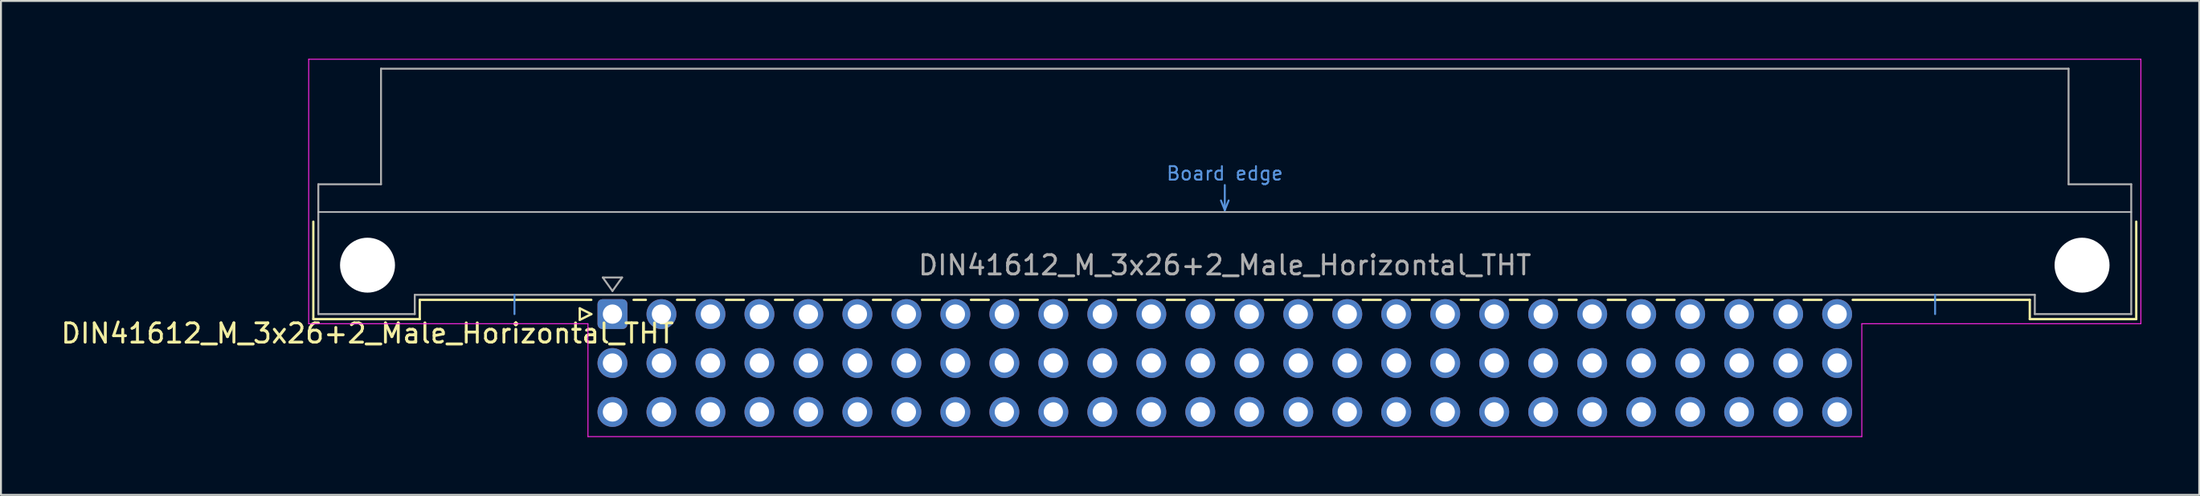
<source format=kicad_pcb>
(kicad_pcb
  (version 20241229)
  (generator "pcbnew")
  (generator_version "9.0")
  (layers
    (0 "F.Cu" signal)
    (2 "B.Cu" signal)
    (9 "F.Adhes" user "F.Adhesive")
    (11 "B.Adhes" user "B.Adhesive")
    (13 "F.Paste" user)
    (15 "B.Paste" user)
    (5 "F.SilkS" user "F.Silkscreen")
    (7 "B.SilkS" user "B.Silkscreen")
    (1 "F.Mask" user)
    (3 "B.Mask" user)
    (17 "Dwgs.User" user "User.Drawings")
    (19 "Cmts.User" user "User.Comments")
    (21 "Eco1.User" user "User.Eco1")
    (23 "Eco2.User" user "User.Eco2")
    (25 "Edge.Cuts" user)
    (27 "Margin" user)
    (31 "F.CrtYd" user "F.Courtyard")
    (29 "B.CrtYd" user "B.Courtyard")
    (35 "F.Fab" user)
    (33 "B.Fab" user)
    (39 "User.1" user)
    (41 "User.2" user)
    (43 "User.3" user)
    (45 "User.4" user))
  (footprint "DIN41612_M_3x26+2_Male_Horizontal_THT"
    (layer "F.Cu")
    (at 21.086 13.255)
    (property "Reference" "DIN41612_M_3x26+2_Male_Horizontal_THT" (at -5.08 1 0) (layer "F.SilkS") (effects (font (size 1 1) (thickness 0.15))))
    (attr through_hole)
    (fp_line (start -7.89 -4.8) (end -7.89 0.26) (stroke (width 0.12) (type solid)) (layer "F.SilkS"))
    (fp_line (start -7.89 0.26) (end -2.37 0.26) (stroke (width 0.12) (type solid)) (layer "F.SilkS"))
    (fp_line (start -2.37 -0.74) (end 6.525 -0.74) (stroke (width 0.12) (type solid)) (layer "F.SilkS"))
    (fp_line (start -2.37 0.26) (end -2.37 -0.74) (stroke (width 0.12) (type solid)) (layer "F.SilkS"))
    (fp_line (start 5.925 -0.3) (end 5.925 0.3) (stroke (width 0.12) (type solid)) (layer "F.SilkS"))
    (fp_line (start 5.925 0.3) (end 6.525 0) (stroke (width 0.12) (type solid)) (layer "F.SilkS"))
    (fp_line (start 6.525 0) (end 5.925 -0.3) (stroke (width 0.12) (type solid)) (layer "F.SilkS"))
    (fp_line (start 8.715 -0.74) (end 9.353 -0.74) (stroke (width 0.12) (type solid)) (layer "F.SilkS"))
    (fp_line (start 10.967 -0.74) (end 11.893 -0.74) (stroke (width 0.12) (type solid)) (layer "F.SilkS"))
    (fp_line (start 13.507 -0.74) (end 14.433 -0.74) (stroke (width 0.12) (type solid)) (layer "F.SilkS"))
    (fp_line (start 16.047 -0.74) (end 16.973 -0.74) (stroke (width 0.12) (type solid)) (layer "F.SilkS"))
    (fp_line (start 18.587 -0.74) (end 19.513 -0.74) (stroke (width 0.12) (type solid)) (layer "F.SilkS"))
    (fp_line (start 21.127 -0.74) (end 22.053 -0.74) (stroke (width 0.12) (type solid)) (layer "F.SilkS"))
    (fp_line (start 23.667 -0.74) (end 24.593 -0.74) (stroke (width 0.12) (type solid)) (layer "F.SilkS"))
    (fp_line (start 26.207 -0.74) (end 27.133 -0.74) (stroke (width 0.12) (type solid)) (layer "F.SilkS"))
    (fp_line (start 28.747 -0.74) (end 29.673 -0.74) (stroke (width 0.12) (type solid)) (layer "F.SilkS"))
    (fp_line (start 31.287 -0.74) (end 32.213 -0.74) (stroke (width 0.12) (type solid)) (layer "F.SilkS"))
    (fp_line (start 33.827 -0.74) (end 34.753 -0.74) (stroke (width 0.12) (type solid)) (layer "F.SilkS"))
    (fp_line (start 36.367 -0.74) (end 37.293 -0.74) (stroke (width 0.12) (type solid)) (layer "F.SilkS"))
    (fp_line (start 38.907 -0.74) (end 39.833 -0.74) (stroke (width 0.12) (type solid)) (layer "F.SilkS"))
    (fp_line (start 41.447 -0.74) (end 42.373 -0.74) (stroke (width 0.12) (type solid)) (layer "F.SilkS"))
    (fp_line (start 43.987 -0.74) (end 44.913 -0.74) (stroke (width 0.12) (type solid)) (layer "F.SilkS"))
    (fp_line (start 46.527 -0.74) (end 47.453 -0.74) (stroke (width 0.12) (type solid)) (layer "F.SilkS"))
    (fp_line (start 49.067 -0.74) (end 49.993 -0.74) (stroke (width 0.12) (type solid)) (layer "F.SilkS"))
    (fp_line (start 51.607 -0.74) (end 52.533 -0.74) (stroke (width 0.12) (type solid)) (layer "F.SilkS"))
    (fp_line (start 54.147 -0.74) (end 55.073 -0.74) (stroke (width 0.12) (type solid)) (layer "F.SilkS"))
    (fp_line (start 56.687 -0.74) (end 57.613 -0.74) (stroke (width 0.12) (type solid)) (layer "F.SilkS"))
    (fp_line (start 59.227 -0.74) (end 60.153 -0.74) (stroke (width 0.12) (type solid)) (layer "F.SilkS"))
    (fp_line (start 61.767 -0.74) (end 62.693 -0.74) (stroke (width 0.12) (type solid)) (layer "F.SilkS"))
    (fp_line (start 64.307 -0.74) (end 65.233 -0.74) (stroke (width 0.12) (type solid)) (layer "F.SilkS"))
    (fp_line (start 66.847 -0.74) (end 67.773 -0.74) (stroke (width 0.12) (type solid)) (layer "F.SilkS"))
    (fp_line (start 69.387 -0.74) (end 70.313 -0.74) (stroke (width 0.12) (type solid)) (layer "F.SilkS"))
    (fp_line (start 71.927 -0.74) (end 81.11 -0.74) (stroke (width 0.12) (type solid)) (layer "F.SilkS"))
    (fp_line (start 81.11 0.26) (end 81.11 -0.74) (stroke (width 0.12) (type solid)) (layer "F.SilkS"))
    (fp_line (start 86.63 -4.8) (end 86.63 0.26) (stroke (width 0.12) (type solid)) (layer "F.SilkS"))
    (fp_line (start 86.63 0.26) (end 81.11 0.26) (stroke (width 0.12) (type solid)) (layer "F.SilkS"))
    (fp_line (start -7.63 -5.3) (end 86.37 -5.3) (stroke (width 0.08) (type solid)) (layer "Dwgs.User"))
    (fp_line (start 2.54 0) (end 2.54 -1) (stroke (width 0.1) (type solid)) (layer "Cmts.User"))
    (fp_line (start 39.17 -5.9) (end 39.37 -5.4) (stroke (width 0.1) (type solid)) (layer "Cmts.User"))
    (fp_line (start 39.37 -5.4) (end 39.37 -6.7) (stroke (width 0.1) (type solid)) (layer "Cmts.User"))
    (fp_line (start 39.37 -5.4) (end 39.57 -5.9) (stroke (width 0.1) (type solid)) (layer "Cmts.User"))
    (fp_line (start 76.2 0) (end 76.2 -1) (stroke (width 0.1) (type solid)) (layer "Cmts.User"))
    (fp_line (start -8.13 -13.23) (end -8.13 0.5) (stroke (width 0.05) (type solid)) (layer "F.CrtYd"))
    (fp_line (start -8.13 0.5) (end 6.35 0.5) (stroke (width 0.05) (type solid)) (layer "F.CrtYd"))
    (fp_line (start 6.35 0.5) (end 6.35 6.36) (stroke (width 0.05) (type solid)) (layer "F.CrtYd"))
    (fp_line (start 6.35 6.36) (end 72.4 6.36) (stroke (width 0.05) (type solid)) (layer "F.CrtYd"))
    (fp_line (start 72.4 0.5) (end 86.87 0.5) (stroke (width 0.05) (type solid)) (layer "F.CrtYd"))
    (fp_line (start 72.4 6.36) (end 72.4 0.5) (stroke (width 0.05) (type solid)) (layer "F.CrtYd"))
    (fp_line (start 86.87 -13.23) (end -8.13 -13.23) (stroke (width 0.05) (type solid)) (layer "F.CrtYd"))
    (fp_line (start 86.87 0.5) (end 86.87 -13.23) (stroke (width 0.05) (type solid)) (layer "F.CrtYd"))
    (fp_line (start -7.63 -6.74) (end -7.63 0) (stroke (width 0.1) (type solid)) (layer "F.Fab"))
    (fp_line (start -7.63 0) (end -2.63 0) (stroke (width 0.1) (type solid)) (layer "F.Fab"))
    (fp_line (start -4.38 -12.74) (end -4.38 -6.74) (stroke (width 0.1) (type solid)) (layer "F.Fab"))
    (fp_line (start -4.38 -6.74) (end -7.63 -6.74) (stroke (width 0.1) (type solid)) (layer "F.Fab"))
    (fp_line (start -2.63 -1) (end 81.37 -1) (stroke (width 0.1) (type solid)) (layer "F.Fab"))
    (fp_line (start -2.63 0) (end -2.63 -1) (stroke (width 0.1) (type solid)) (layer "F.Fab"))
    (fp_line (start 7.12 -1.9) (end 8.12 -1.9) (stroke (width 0.1) (type solid)) (layer "F.Fab"))
    (fp_line (start 7.62 -1.2) (end 7.12 -1.9) (stroke (width 0.1) (type solid)) (layer "F.Fab"))
    (fp_line (start 8.12 -1.9) (end 7.62 -1.2) (stroke (width 0.1) (type solid)) (layer "F.Fab"))
    (fp_line (start 81.37 -1) (end 81.37 0) (stroke (width 0.1) (type solid)) (layer "F.Fab"))
    (fp_line (start 81.37 0) (end 86.37 0) (stroke (width 0.1) (type solid)) (layer "F.Fab"))
    (fp_line (start 83.12 -12.74) (end -4.38 -12.74) (stroke (width 0.1) (type solid)) (layer "F.Fab"))
    (fp_line (start 83.12 -6.74) (end 83.12 -12.74) (stroke (width 0.1) (type solid)) (layer "F.Fab"))
    (fp_line (start 86.37 -6.74) (end 83.12 -6.74) (stroke (width 0.1) (type solid)) (layer "F.Fab"))
    (fp_line (start 86.37 0) (end 86.37 -6.74) (stroke (width 0.1) (type solid)) (layer "F.Fab"))
    (fp_text user "Board edge" (at 39.37 -7.3 0) (layer "Cmts.User") (effects (font (size 0.7 0.7) (thickness 0.1))))
    (fp_text user "${REFERENCE}" (at 39.37 -2.54 0) (layer "F.Fab") (effects (font (size 1 1) (thickness 0.15))))
    (pad "" np_thru_hole circle (at -5.08 -2.54) (size 2.85 2.85) (drill 2.85) (layers "*.Cu" "*.Mask"))
    (pad "" np_thru_hole circle (at 83.82 -2.54) (size 2.85 2.85) (drill 2.85) (layers "*.Cu" "*.Mask"))
    (pad "a4" thru_hole roundrect (at 7.62 0) (size 1.55 1.55) (drill 1) (layers "*.Cu" "*.Mask") (roundrect_rratio 0.161))
    (pad "a5" thru_hole circle (at 10.16 0) (size 1.55 1.55) (drill 1) (layers "*.Cu" "*.Mask"))
    (pad "a6" thru_hole circle (at 12.7 0) (size 1.55 1.55) (drill 1) (layers "*.Cu" "*.Mask"))
    (pad "a7" thru_hole circle (at 15.24 0) (size 1.55 1.55) (drill 1) (layers "*.Cu" "*.Mask"))
    (pad "a8" thru_hole circle (at 17.78 0) (size 1.55 1.55) (drill 1) (layers "*.Cu" "*.Mask"))
    (pad "a9" thru_hole circle (at 20.32 0) (size 1.55 1.55) (drill 1) (layers "*.Cu" "*.Mask"))
    (pad "a10" thru_hole circle (at 22.86 0) (size 1.55 1.55) (drill 1) (layers "*.Cu" "*.Mask"))
    (pad "a11" thru_hole circle (at 25.4 0) (size 1.55 1.55) (drill 1) (layers "*.Cu" "*.Mask"))
    (pad "a12" thru_hole circle (at 27.94 0) (size 1.55 1.55) (drill 1) (layers "*.Cu" "*.Mask"))
    (pad "a13" thru_hole circle (at 30.48 0) (size 1.55 1.55) (drill 1) (layers "*.Cu" "*.Mask"))
    (pad "a14" thru_hole circle (at 33.02 0) (size 1.55 1.55) (drill 1) (layers "*.Cu" "*.Mask"))
    (pad "a15" thru_hole circle (at 35.56 0) (size 1.55 1.55) (drill 1) (layers "*.Cu" "*.Mask"))
    (pad "a16" thru_hole circle (at 38.1 0) (size 1.55 1.55) (drill 1) (layers "*.Cu" "*.Mask"))
    (pad "a17" thru_hole circle (at 40.64 0) (size 1.55 1.55) (drill 1) (layers "*.Cu" "*.Mask"))
    (pad "a18" thru_hole circle (at 43.18 0) (size 1.55 1.55) (drill 1) (layers "*.Cu" "*.Mask"))
    (pad "a19" thru_hole circle (at 45.72 0) (size 1.55 1.55) (drill 1) (layers "*.Cu" "*.Mask"))
    (pad "a20" thru_hole circle (at 48.26 0) (size 1.55 1.55) (drill 1) (layers "*.Cu" "*.Mask"))
    (pad "a21" thru_hole circle (at 50.8 0) (size 1.55 1.55) (drill 1) (layers "*.Cu" "*.Mask"))
    (pad "a22" thru_hole circle (at 53.34 0) (size 1.55 1.55) (drill 1) (layers "*.Cu" "*.Mask"))
    (pad "a23" thru_hole circle (at 55.88 0) (size 1.55 1.55) (drill 1) (layers "*.Cu" "*.Mask"))
    (pad "a24" thru_hole circle (at 58.42 0) (size 1.55 1.55) (drill 1) (layers "*.Cu" "*.Mask"))
    (pad "a25" thru_hole circle (at 60.96 0) (size 1.55 1.55) (drill 1) (layers "*.Cu" "*.Mask"))
    (pad "a26" thru_hole circle (at 63.5 0) (size 1.55 1.55) (drill 1) (layers "*.Cu" "*.Mask"))
    (pad "a27" thru_hole circle (at 66.04 0) (size 1.55 1.55) (drill 1) (layers "*.Cu" "*.Mask"))
    (pad "a28" thru_hole circle (at 68.58 0) (size 1.55 1.55) (drill 1) (layers "*.Cu" "*.Mask"))
    (pad "a29" thru_hole circle (at 71.12 0) (size 1.55 1.55) (drill 1) (layers "*.Cu" "*.Mask"))
    (pad "b4" thru_hole circle (at 7.62 2.54) (size 1.55 1.55) (drill 1) (layers "*.Cu" "*.Mask"))
    (pad "b5" thru_hole circle (at 10.16 2.54) (size 1.55 1.55) (drill 1) (layers "*.Cu" "*.Mask"))
    (pad "b6" thru_hole circle (at 12.7 2.54) (size 1.55 1.55) (drill 1) (layers "*.Cu" "*.Mask"))
    (pad "b7" thru_hole circle (at 15.24 2.54) (size 1.55 1.55) (drill 1) (layers "*.Cu" "*.Mask"))
    (pad "b8" thru_hole circle (at 17.78 2.54) (size 1.55 1.55) (drill 1) (layers "*.Cu" "*.Mask"))
    (pad "b9" thru_hole circle (at 20.32 2.54) (size 1.55 1.55) (drill 1) (layers "*.Cu" "*.Mask"))
    (pad "b10" thru_hole circle (at 22.86 2.54) (size 1.55 1.55) (drill 1) (layers "*.Cu" "*.Mask"))
    (pad "b11" thru_hole circle (at 25.4 2.54) (size 1.55 1.55) (drill 1) (layers "*.Cu" "*.Mask"))
    (pad "b12" thru_hole circle (at 27.94 2.54) (size 1.55 1.55) (drill 1) (layers "*.Cu" "*.Mask"))
    (pad "b13" thru_hole circle (at 30.48 2.54) (size 1.55 1.55) (drill 1) (layers "*.Cu" "*.Mask"))
    (pad "b14" thru_hole circle (at 33.02 2.54) (size 1.55 1.55) (drill 1) (layers "*.Cu" "*.Mask"))
    (pad "b15" thru_hole circle (at 35.56 2.54) (size 1.55 1.55) (drill 1) (layers "*.Cu" "*.Mask"))
    (pad "b16" thru_hole circle (at 38.1 2.54) (size 1.55 1.55) (drill 1) (layers "*.Cu" "*.Mask"))
    (pad "b17" thru_hole circle (at 40.64 2.54) (size 1.55 1.55) (drill 1) (layers "*.Cu" "*.Mask"))
    (pad "b18" thru_hole circle (at 43.18 2.54) (size 1.55 1.55) (drill 1) (layers "*.Cu" "*.Mask"))
    (pad "b19" thru_hole circle (at 45.72 2.54) (size 1.55 1.55) (drill 1) (layers "*.Cu" "*.Mask"))
    (pad "b20" thru_hole circle (at 48.26 2.54) (size 1.55 1.55) (drill 1) (layers "*.Cu" "*.Mask"))
    (pad "b21" thru_hole circle (at 50.8 2.54) (size 1.55 1.55) (drill 1) (layers "*.Cu" "*.Mask"))
    (pad "b22" thru_hole circle (at 53.34 2.54) (size 1.55 1.55) (drill 1) (layers "*.Cu" "*.Mask"))
    (pad "b23" thru_hole circle (at 55.88 2.54) (size 1.55 1.55) (drill 1) (layers "*.Cu" "*.Mask"))
    (pad "b24" thru_hole circle (at 58.42 2.54) (size 1.55 1.55) (drill 1) (layers "*.Cu" "*.Mask"))
    (pad "b25" thru_hole circle (at 60.96 2.54) (size 1.55 1.55) (drill 1) (layers "*.Cu" "*.Mask"))
    (pad "b26" thru_hole circle (at 63.5 2.54) (size 1.55 1.55) (drill 1) (layers "*.Cu" "*.Mask"))
    (pad "b27" thru_hole circle (at 66.04 2.54) (size 1.55 1.55) (drill 1) (layers "*.Cu" "*.Mask"))
    (pad "b28" thru_hole circle (at 68.58 2.54) (size 1.55 1.55) (drill 1) (layers "*.Cu" "*.Mask"))
    (pad "b29" thru_hole circle (at 71.12 2.54) (size 1.55 1.55) (drill 1) (layers "*.Cu" "*.Mask"))
    (pad "c4" thru_hole circle (at 7.62 5.08) (size 1.55 1.55) (drill 1) (layers "*.Cu" "*.Mask"))
    (pad "c5" thru_hole circle (at 10.16 5.08) (size 1.55 1.55) (drill 1) (layers "*.Cu" "*.Mask"))
    (pad "c6" thru_hole circle (at 12.7 5.08) (size 1.55 1.55) (drill 1) (layers "*.Cu" "*.Mask"))
    (pad "c7" thru_hole circle (at 15.24 5.08) (size 1.55 1.55) (drill 1) (layers "*.Cu" "*.Mask"))
    (pad "c8" thru_hole circle (at 17.78 5.08) (size 1.55 1.55) (drill 1) (layers "*.Cu" "*.Mask"))
    (pad "c9" thru_hole circle (at 20.32 5.08) (size 1.55 1.55) (drill 1) (layers "*.Cu" "*.Mask"))
    (pad "c10" thru_hole circle (at 22.86 5.08) (size 1.55 1.55) (drill 1) (layers "*.Cu" "*.Mask"))
    (pad "c11" thru_hole circle (at 25.4 5.08) (size 1.55 1.55) (drill 1) (layers "*.Cu" "*.Mask"))
    (pad "c12" thru_hole circle (at 27.94 5.08) (size 1.55 1.55) (drill 1) (layers "*.Cu" "*.Mask"))
    (pad "c13" thru_hole circle (at 30.48 5.08) (size 1.55 1.55) (drill 1) (layers "*.Cu" "*.Mask"))
    (pad "c14" thru_hole circle (at 33.02 5.08) (size 1.55 1.55) (drill 1) (layers "*.Cu" "*.Mask"))
    (pad "c15" thru_hole circle (at 35.56 5.08) (size 1.55 1.55) (drill 1) (layers "*.Cu" "*.Mask"))
    (pad "c16" thru_hole circle (at 38.1 5.08) (size 1.55 1.55) (drill 1) (layers "*.Cu" "*.Mask"))
    (pad "c17" thru_hole circle (at 40.64 5.08) (size 1.55 1.55) (drill 1) (layers "*.Cu" "*.Mask"))
    (pad "c18" thru_hole circle (at 43.18 5.08) (size 1.55 1.55) (drill 1) (layers "*.Cu" "*.Mask"))
    (pad "c19" thru_hole circle (at 45.72 5.08) (size 1.55 1.55) (drill 1) (layers "*.Cu" "*.Mask"))
    (pad "c20" thru_hole circle (at 48.26 5.08) (size 1.55 1.55) (drill 1) (layers "*.Cu" "*.Mask"))
    (pad "c21" thru_hole circle (at 50.8 5.08) (size 1.55 1.55) (drill 1) (layers "*.Cu" "*.Mask"))
    (pad "c22" thru_hole circle (at 53.34 5.08) (size 1.55 1.55) (drill 1) (layers "*.Cu" "*.Mask"))
    (pad "c23" thru_hole circle (at 55.88 5.08) (size 1.55 1.55) (drill 1) (layers "*.Cu" "*.Mask"))
    (pad "c24" thru_hole circle (at 58.42 5.08) (size 1.55 1.55) (drill 1) (layers "*.Cu" "*.Mask"))
    (pad "c25" thru_hole circle (at 60.96 5.08) (size 1.55 1.55) (drill 1) (layers "*.Cu" "*.Mask"))
    (pad "c26" thru_hole circle (at 63.5 5.08) (size 1.55 1.55) (drill 1) (layers "*.Cu" "*.Mask"))
    (pad "c27" thru_hole circle (at 66.04 5.08) (size 1.55 1.55) (drill 1) (layers "*.Cu" "*.Mask"))
    (pad "c28" thru_hole circle (at 68.58 5.08) (size 1.55 1.55) (drill 1) (layers "*.Cu" "*.Mask"))
    (pad "c29" thru_hole circle (at 71.12 5.08) (size 1.55 1.55) (drill 1) (layers "*.Cu" "*.Mask")))
  (gr_rect
    (start -3 -3)
    (end 110.981 22.64)
    (stroke (width 0.1) (type default))
    (fill no)
    (layer "Edge.Cuts")))
</source>
